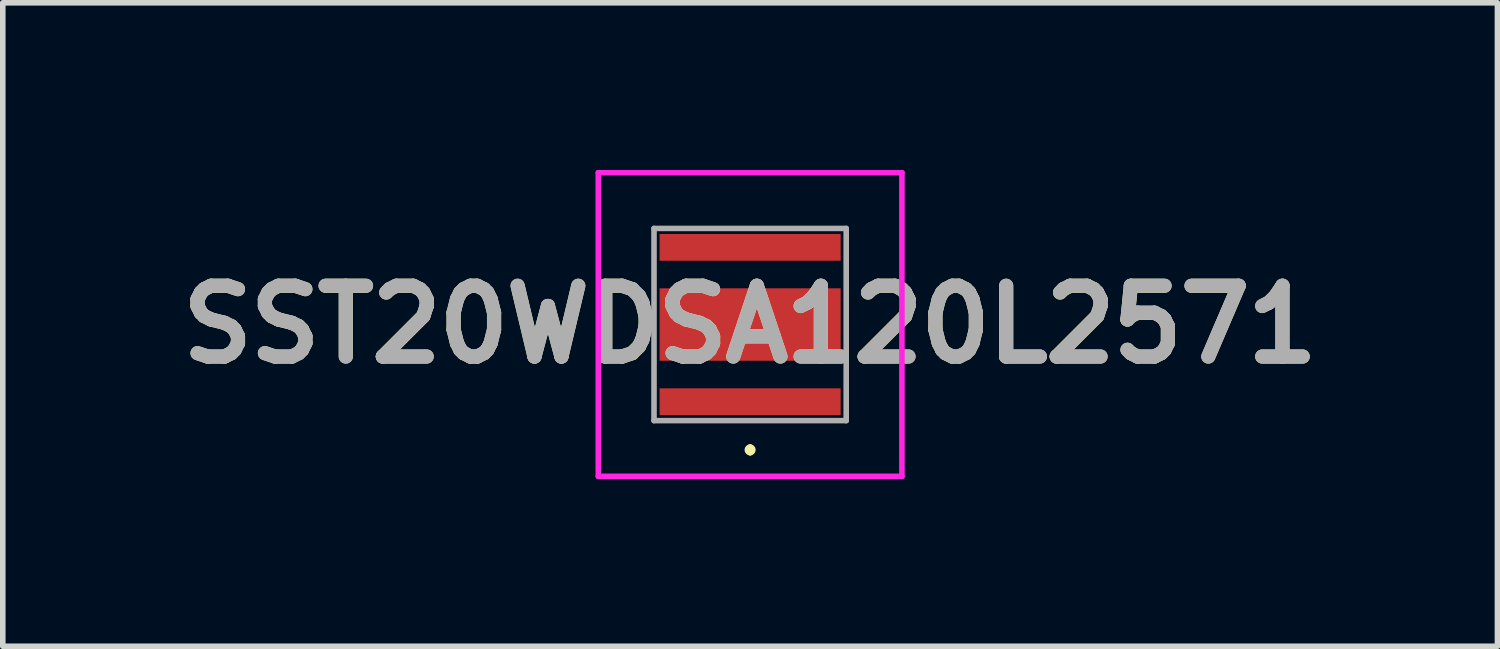
<source format=kicad_pcb>
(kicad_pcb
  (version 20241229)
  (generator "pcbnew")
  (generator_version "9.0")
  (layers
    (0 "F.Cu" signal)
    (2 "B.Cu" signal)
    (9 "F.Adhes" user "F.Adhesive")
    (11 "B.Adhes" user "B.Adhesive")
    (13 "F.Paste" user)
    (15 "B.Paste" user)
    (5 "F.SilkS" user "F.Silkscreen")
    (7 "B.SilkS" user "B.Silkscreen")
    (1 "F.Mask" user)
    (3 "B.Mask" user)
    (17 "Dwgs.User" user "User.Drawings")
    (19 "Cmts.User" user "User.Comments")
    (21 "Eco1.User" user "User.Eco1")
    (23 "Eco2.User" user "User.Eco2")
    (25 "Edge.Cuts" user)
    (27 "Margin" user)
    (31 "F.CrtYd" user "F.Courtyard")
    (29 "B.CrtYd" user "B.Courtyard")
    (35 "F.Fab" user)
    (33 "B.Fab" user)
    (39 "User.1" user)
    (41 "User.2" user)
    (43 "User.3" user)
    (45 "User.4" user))
  (footprint "SST20WDSA120L2571"
    (layer "F.Cu")
    (at 10.414 2.775)
    (property "Reference" "SST20WDSA120L2571" (at 0 0 0) (layer "F.SilkS") (effects (font (size 1.27 1.27) (thickness 0.254))))
    (attr smd)
    (fp_line (start 0 2.2) (end 0 2.2) (stroke (width 0.1) (type solid)) (layer "F.SilkS"))
    (fp_line (start 0 2.3) (end 0 2.3) (stroke (width 0.1) (type solid)) (layer "F.SilkS"))
    (fp_arc (start 0 2.2) (mid 0.05 2.25) (end 0 2.3) (stroke (width 0.1) (type solid)) (layer "F.SilkS"))
    (fp_arc (start 0 2.3) (mid -0.05 2.25) (end 0 2.2) (stroke (width 0.1) (type solid)) (layer "F.SilkS"))
    (fp_line (start -2.725 -2.725) (end 2.725 -2.725) (stroke (width 0.1) (type solid)) (layer "F.CrtYd"))
    (fp_line (start -2.725 2.725) (end -2.725 -2.725) (stroke (width 0.1) (type solid)) (layer "F.CrtYd"))
    (fp_line (start 2.725 -2.725) (end 2.725 2.725) (stroke (width 0.1) (type solid)) (layer "F.CrtYd"))
    (fp_line (start 2.725 2.725) (end -2.725 2.725) (stroke (width 0.1) (type solid)) (layer "F.CrtYd"))
    (fp_line (start -1.725 -1.725) (end 1.725 -1.725) (stroke (width 0.1) (type solid)) (layer "F.Fab"))
    (fp_line (start -1.725 1.725) (end -1.725 -1.725) (stroke (width 0.1) (type solid)) (layer "F.Fab"))
    (fp_line (start 1.725 -1.725) (end 1.725 1.725) (stroke (width 0.1) (type solid)) (layer "F.Fab"))
    (fp_line (start 1.725 1.725) (end -1.725 1.725) (stroke (width 0.1) (type solid)) (layer "F.Fab"))
    (fp_text user "${REFERENCE}" (at 0 0 0) (layer "F.Fab") (effects (font (size 1.27 1.27) (thickness 0.254))))
    (pad "1" smd rect (at 0 1.385 90) (size 0.48 3.25) (layers "F.Cu" "F.Mask" "F.Paste"))
    (pad "2" smd rect (at 0 -1.385 90) (size 0.48 3.25) (layers "F.Cu" "F.Mask" "F.Paste"))
    (pad "3" smd rect (at 0 0 90) (size 1.3 3.25) (layers "F.Cu" "F.Mask" "F.Paste")))
  (gr_rect
    (start -3 -3)
    (end 23.828 8.55)
    (stroke (width 0.1) (type default))
    (fill no)
    (layer "Edge.Cuts")))
</source>
